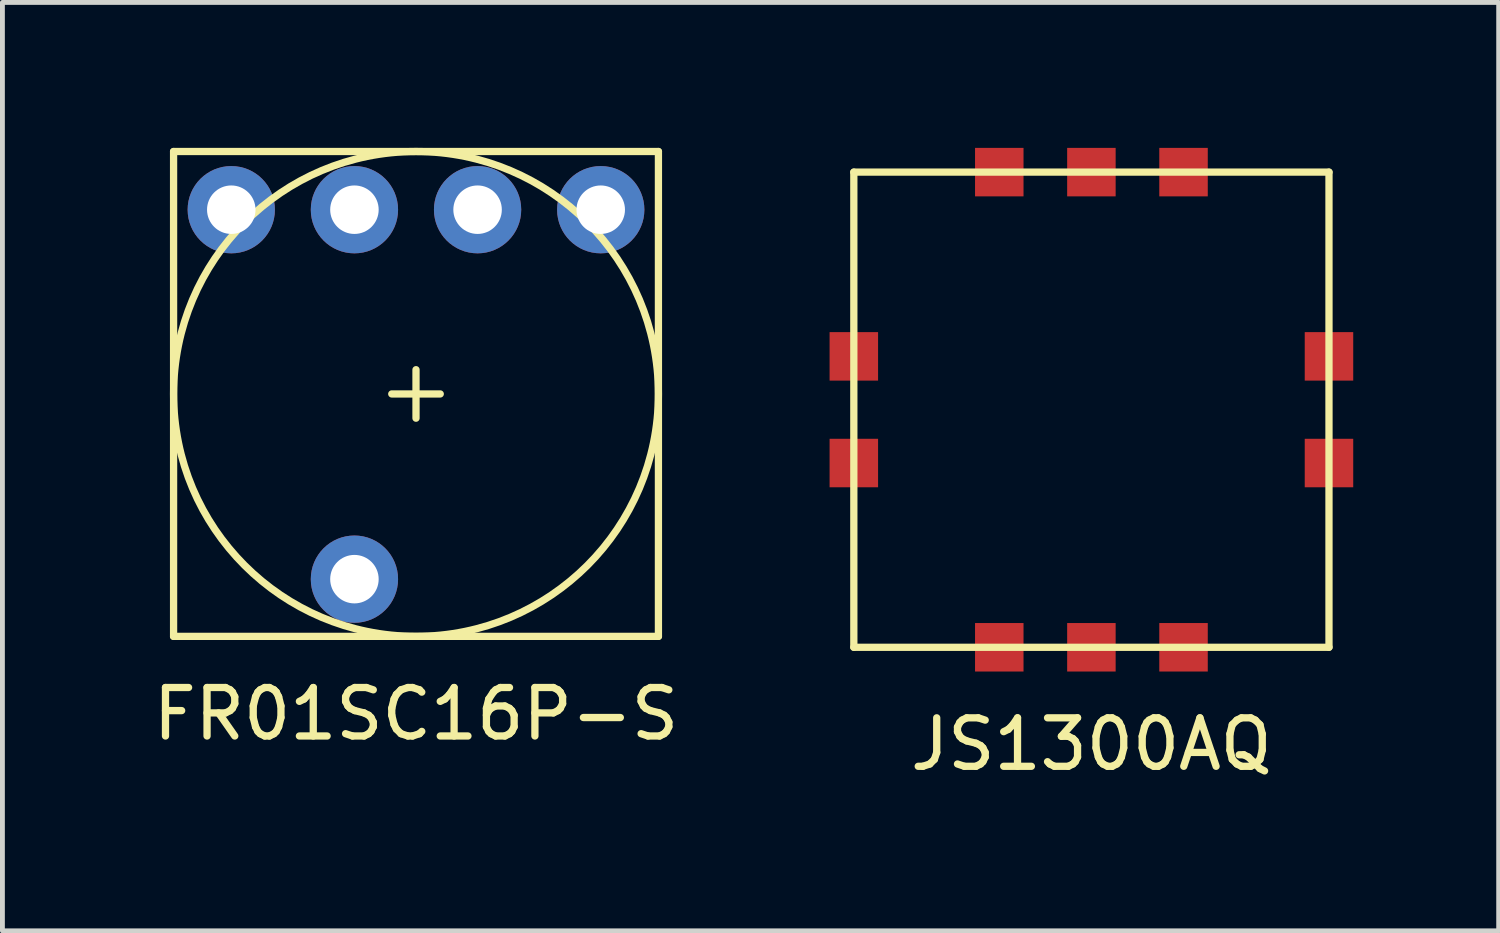
<source format=kicad_pcb>
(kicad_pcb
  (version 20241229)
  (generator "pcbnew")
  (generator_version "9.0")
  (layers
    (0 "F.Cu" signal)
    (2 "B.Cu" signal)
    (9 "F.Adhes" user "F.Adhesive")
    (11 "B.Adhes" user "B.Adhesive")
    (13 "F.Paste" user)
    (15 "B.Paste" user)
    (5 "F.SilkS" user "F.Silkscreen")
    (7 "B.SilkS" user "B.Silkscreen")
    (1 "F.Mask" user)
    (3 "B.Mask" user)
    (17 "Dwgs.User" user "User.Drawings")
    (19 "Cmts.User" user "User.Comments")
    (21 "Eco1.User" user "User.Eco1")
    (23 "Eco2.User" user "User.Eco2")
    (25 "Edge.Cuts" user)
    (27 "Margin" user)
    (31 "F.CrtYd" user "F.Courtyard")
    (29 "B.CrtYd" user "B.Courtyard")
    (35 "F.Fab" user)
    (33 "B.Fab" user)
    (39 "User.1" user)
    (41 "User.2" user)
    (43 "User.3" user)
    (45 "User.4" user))
  (footprint "FR01SC16P-S"
    (layer "F.Cu")
    (at 5.53 5.075)
    (property "Reference" "FR01SC16P-S" (at 0 6.6 0) (layer "F.SilkS") (effects (font (size 1 1) (thickness 0.15))))
    (attr through_hole)
    (fp_line (start -5 -5) (end 5 -5) (stroke (width 0.15) (type solid)) (layer "F.SilkS"))
    (fp_line (start -5 5) (end -5 -5) (stroke (width 0.15) (type solid)) (layer "F.SilkS"))
    (fp_line (start 0 -0.5) (end 0 0.5) (stroke (width 0.15) (type solid)) (layer "F.SilkS"))
    (fp_line (start 0.5 0) (end -0.5 0) (stroke (width 0.15) (type solid)) (layer "F.SilkS"))
    (fp_line (start 5 -5) (end 5 5) (stroke (width 0.15) (type solid)) (layer "F.SilkS"))
    (fp_line (start 5 5) (end -5 5) (stroke (width 0.15) (type solid)) (layer "F.SilkS"))
    (fp_circle (center 0 0) (end 4 3) (stroke (width 0.15) (type solid)) (fill no) (layer "F.SilkS"))
    (pad "1" thru_hole circle (at -3.81 -3.8) (size 1.8 1.8) (drill 1) (layers "*.Cu" "*.Mask"))
    (pad "2" thru_hole circle (at -1.27 -3.8) (size 1.8 1.8) (drill 1) (layers "*.Cu" "*.Mask"))
    (pad "4" thru_hole circle (at 1.27 -3.8) (size 1.8 1.8) (drill 1) (layers "*.Cu" "*.Mask"))
    (pad "8" thru_hole circle (at 3.81 -3.8) (size 1.8 1.8) (drill 1) (layers "*.Cu" "*.Mask"))
    (pad "C" thru_hole circle (at -1.27 3.82) (size 1.8 1.8) (drill 1) (layers "*.Cu" "*.Mask")))
  (footprint "JS1300AQ"
    (layer "F.Cu")
    (at 19.46 5.4)
    (property "Reference" "JS1300AQ" (at 0 6.9 0) (layer "F.SilkS") (effects (font (size 1 1) (thickness 0.15))))
    (attr smd)
    (fp_line (start -4.9 -4.9) (end -4.9 4.9) (stroke (width 0.15) (type solid)) (layer "F.SilkS"))
    (fp_line (start -4.9 4.9) (end 4.9 4.9) (stroke (width 0.15) (type solid)) (layer "F.SilkS"))
    (fp_line (start 4.9 -4.9) (end -4.9 -4.9) (stroke (width 0.15) (type solid)) (layer "F.SilkS"))
    (fp_line (start 4.9 4.9) (end 4.9 -4.9) (stroke (width 0.15) (type solid)) (layer "F.SilkS"))
    (pad "1" smd rect (at -4.9 -1.1) (size 1 1) (layers "F.Cu" "F.Mask" "F.Paste"))
    (pad "2" smd rect (at -4.9 1.1) (size 1 1) (layers "F.Cu" "F.Mask" "F.Paste"))
    (pad "3" smd rect (at -1.9 4.9) (size 1 1) (layers "F.Cu" "F.Mask" "F.Paste"))
    (pad "4" smd rect (at 0 4.9) (size 1 1) (layers "F.Cu" "F.Mask" "F.Paste"))
    (pad "5" smd rect (at 1.9 4.9) (size 1 1) (layers "F.Cu" "F.Mask" "F.Paste"))
    (pad "6" smd rect (at 4.9 1.1) (size 1 1) (layers "F.Cu" "F.Mask" "F.Paste"))
    (pad "7" smd rect (at 4.9 -1.1) (size 1 1) (layers "F.Cu" "F.Mask" "F.Paste"))
    (pad "8" smd rect (at 1.9 -4.9) (size 1 1) (layers "F.Cu" "F.Mask" "F.Paste"))
    (pad "9" smd rect (at 0 -4.9) (size 1 1) (layers "F.Cu" "F.Mask" "F.Paste"))
    (pad "10" smd rect (at -1.9 -4.9) (size 1 1) (layers "F.Cu" "F.Mask" "F.Paste")))
  (gr_rect
    (start -3 -3)
    (end 27.86 16.148)
    (stroke (width 0.1) (type default))
    (fill no)
    (layer "Edge.Cuts")))
</source>
